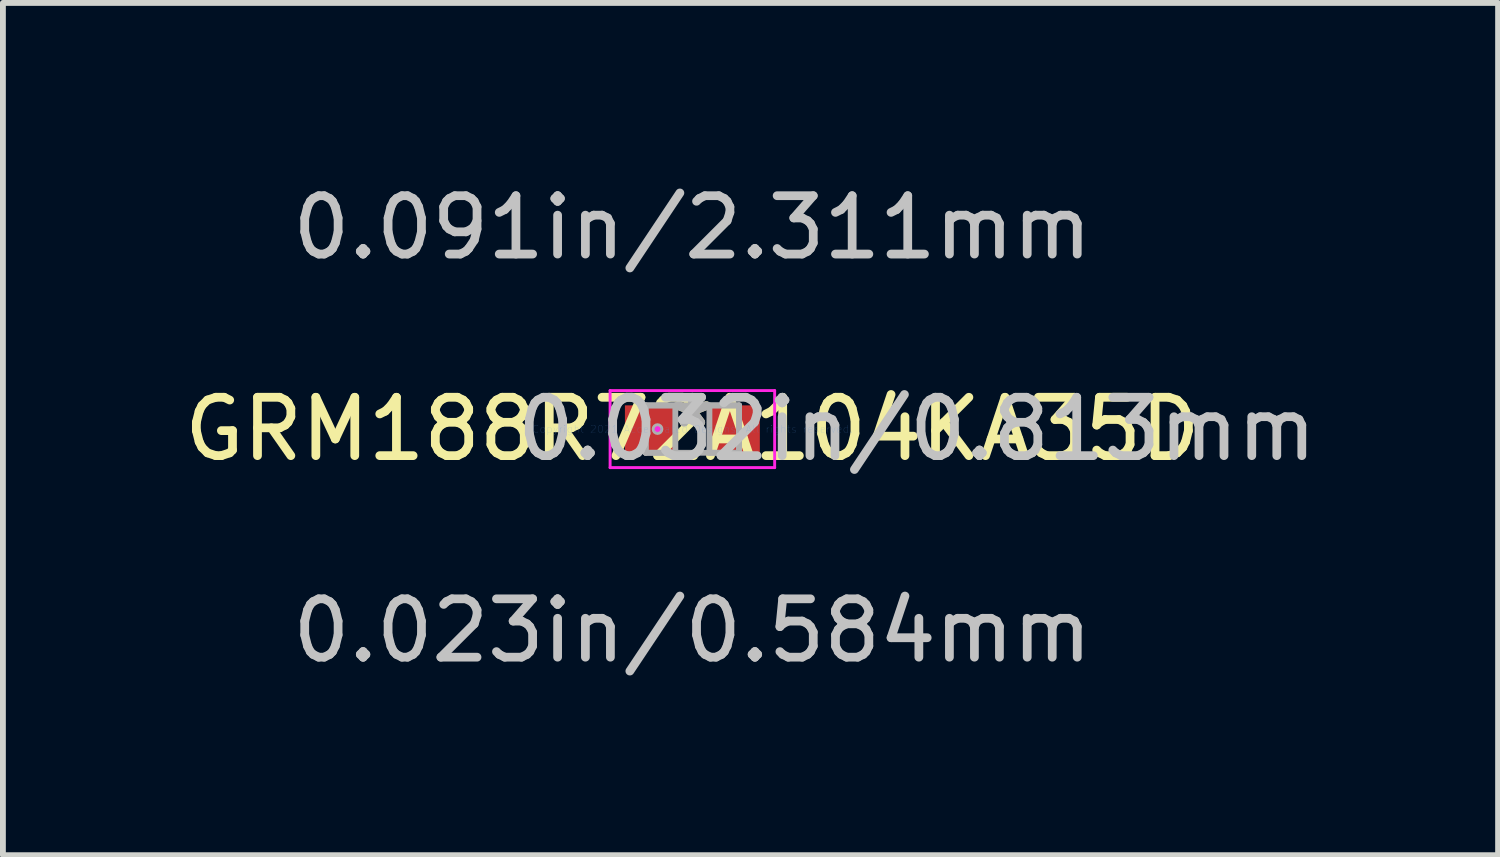
<source format=kicad_pcb>
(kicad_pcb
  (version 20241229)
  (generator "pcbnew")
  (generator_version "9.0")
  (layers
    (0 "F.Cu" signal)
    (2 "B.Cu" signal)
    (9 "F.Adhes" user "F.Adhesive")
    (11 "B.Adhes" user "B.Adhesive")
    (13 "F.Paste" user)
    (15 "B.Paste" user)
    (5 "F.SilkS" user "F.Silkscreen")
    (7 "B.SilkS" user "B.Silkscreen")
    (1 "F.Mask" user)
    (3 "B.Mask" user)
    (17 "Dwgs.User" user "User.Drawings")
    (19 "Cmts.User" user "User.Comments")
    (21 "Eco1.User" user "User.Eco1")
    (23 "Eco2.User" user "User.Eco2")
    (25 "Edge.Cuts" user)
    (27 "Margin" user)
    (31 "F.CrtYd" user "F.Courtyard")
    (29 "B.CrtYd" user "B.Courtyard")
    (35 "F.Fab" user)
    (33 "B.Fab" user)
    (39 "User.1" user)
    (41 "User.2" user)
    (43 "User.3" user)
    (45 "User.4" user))
  (footprint "GRM188R72A104KA35D"
    (layer "F.Cu")
    (at 8.815 4.303)
    (property "Reference" "GRM188R72A104KA35D" (at 0 0 0) (layer "F.SilkS") (effects (font (size 1 1) (thickness 0.15))))
    (attr through_hole)
    (fp_line (start -1.41 -0.66) (end 1.41 -0.66) (stroke (width 0.05) (type solid)) (layer "F.CrtYd"))
    (fp_line (start -1.41 0.66) (end -1.41 -0.66) (stroke (width 0.05) (type solid)) (layer "F.CrtYd"))
    (fp_line (start 1.41 -0.66) (end 1.41 0.66) (stroke (width 0.05) (type solid)) (layer "F.CrtYd"))
    (fp_line (start 1.41 0.66) (end -1.41 0.66) (stroke (width 0.05) (type solid)) (layer "F.CrtYd"))
    (fp_circle (center -0.597 0) (end -0.597 0) (stroke (width 0.05) (type solid)) (fill no) (layer "F.CrtYd"))
    (fp_line (start -0.8 -0.406) (end -0.8 0.406) (stroke (width 0.1) (type solid)) (layer "F.Fab"))
    (fp_line (start -0.8 -0.406) (end -0.8 0.406) (stroke (width 0.1) (type solid)) (layer "F.Fab"))
    (fp_line (start -0.8 0.406) (end -0.292 0.406) (stroke (width 0.1) (type solid)) (layer "F.Fab"))
    (fp_line (start -0.8 0.406) (end 0.8 0.406) (stroke (width 0.1) (type solid)) (layer "F.Fab"))
    (fp_line (start -0.292 -0.406) (end -0.8 -0.406) (stroke (width 0.1) (type solid)) (layer "F.Fab"))
    (fp_line (start -0.292 0.406) (end -0.292 -0.406) (stroke (width 0.1) (type solid)) (layer "F.Fab"))
    (fp_line (start 0.292 -0.406) (end 0.292 0.406) (stroke (width 0.1) (type solid)) (layer "F.Fab"))
    (fp_line (start 0.292 0.406) (end 0.8 0.406) (stroke (width 0.1) (type solid)) (layer "F.Fab"))
    (fp_line (start 0.8 -0.406) (end -0.8 -0.406) (stroke (width 0.1) (type solid)) (layer "F.Fab"))
    (fp_line (start 0.8 -0.406) (end 0.292 -0.406) (stroke (width 0.1) (type solid)) (layer "F.Fab"))
    (fp_line (start 0.8 0.406) (end 0.8 -0.406) (stroke (width 0.1) (type solid)) (layer "F.Fab"))
    (fp_line (start 0.8 0.406) (end 0.8 -0.406) (stroke (width 0.1) (type solid)) (layer "F.Fab"))
    (fp_circle (center -0.597 0) (end -0.597 0) (stroke (width 0.1) (type solid)) (fill no) (layer "F.Fab"))
    (fp_text user "*" (at 0 0 0) (layer "F.SilkS") (effects (font (size 1 1) (thickness 0.15))))
    (fp_text user "0.023in/0.584mm" (at 0 3.454 0) (layer "Dwgs.User") (effects (font (size 1 1) (thickness 0.15))))
    (fp_text user "0.032in/0.813mm" (at 3.848 0 0) (layer "Dwgs.User") (effects (font (size 1 1) (thickness 0.15))))
    (fp_text user "0.091in/2.311mm" (at 0 -3.454 0) (layer "Dwgs.User") (effects (font (size 1 1) (thickness 0.15))))
    (fp_text user "Copyright 2021 Accelerated Designs. All rights reserved." (at 0 0 0) (layer "Cmts.User") (effects (font (size 0.127 0.127) (thickness 0.002))))
    (fp_text user "*" (at 0 0 0) (layer "F.Fab") (effects (font (size 1 1) (thickness 0.15))))
    (pad "1" smd rect (at -0.724 0) (size 0.864 0.813) (layers "F.Cu" "F.Mask" "F.Paste"))
    (pad "2" smd rect (at 0.724 0) (size 0.864 0.813) (layers "F.Cu" "F.Mask" "F.Paste")))
  (gr_rect
    (start -3 -3)
    (end 22.622 11.605)
    (stroke (width 0.1) (type default))
    (fill no)
    (layer "Edge.Cuts")))
</source>
